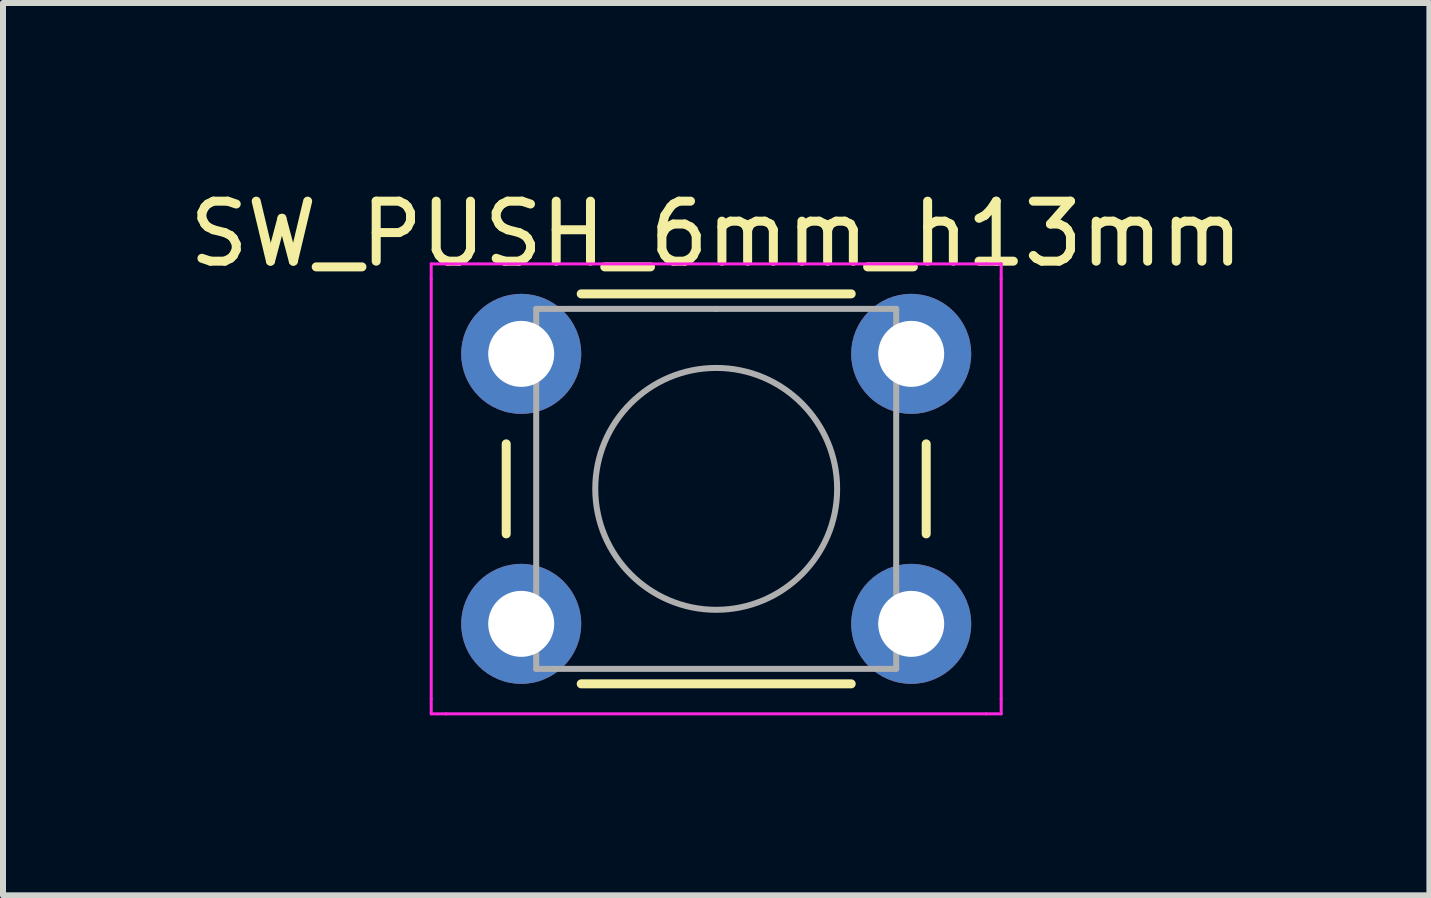
<source format=kicad_pcb>
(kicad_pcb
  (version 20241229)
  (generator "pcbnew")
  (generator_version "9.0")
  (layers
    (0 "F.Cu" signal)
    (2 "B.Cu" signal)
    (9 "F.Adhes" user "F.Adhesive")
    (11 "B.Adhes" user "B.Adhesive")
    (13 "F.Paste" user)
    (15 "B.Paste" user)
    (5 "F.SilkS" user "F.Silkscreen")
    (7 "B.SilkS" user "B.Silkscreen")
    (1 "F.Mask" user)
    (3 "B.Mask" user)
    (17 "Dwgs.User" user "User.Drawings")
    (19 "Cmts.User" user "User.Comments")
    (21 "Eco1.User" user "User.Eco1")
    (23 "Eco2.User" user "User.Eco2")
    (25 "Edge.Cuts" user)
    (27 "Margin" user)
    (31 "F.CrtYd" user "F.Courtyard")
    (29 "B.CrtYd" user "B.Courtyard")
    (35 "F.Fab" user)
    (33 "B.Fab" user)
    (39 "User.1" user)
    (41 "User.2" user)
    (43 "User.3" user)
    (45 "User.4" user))
  (footprint "SW_PUSH_6mm_h13mm"
    (layer "F.Cu")
    (at 5.637 2.848)
    (property "Reference" "SW_PUSH_6mm_h13mm" (at 3.25 -2 0) (layer "F.SilkS") (effects (font (size 1 1) (thickness 0.15))))
    (attr through_hole)
    (fp_line (start -0.25 1.5) (end -0.25 3) (stroke (width 0.15) (type solid)) (layer "F.SilkS"))
    (fp_line (start 1 5.5) (end 5.5 5.5) (stroke (width 0.15) (type solid)) (layer "F.SilkS"))
    (fp_line (start 5.5 -1) (end 1 -1) (stroke (width 0.15) (type solid)) (layer "F.SilkS"))
    (fp_line (start 6.75 3) (end 6.75 1.5) (stroke (width 0.15) (type solid)) (layer "F.SilkS"))
    (fp_line (start -1.5 -1.5) (end -1.25 -1.5) (stroke (width 0.05) (type solid)) (layer "F.CrtYd"))
    (fp_line (start -1.5 -1.25) (end -1.5 -1.5) (stroke (width 0.05) (type solid)) (layer "F.CrtYd"))
    (fp_line (start -1.5 5.75) (end -1.5 -1.25) (stroke (width 0.05) (type solid)) (layer "F.CrtYd"))
    (fp_line (start -1.5 5.75) (end -1.5 6) (stroke (width 0.05) (type solid)) (layer "F.CrtYd"))
    (fp_line (start -1.5 6) (end -1.25 6) (stroke (width 0.05) (type solid)) (layer "F.CrtYd"))
    (fp_line (start -1.25 -1.5) (end 7.75 -1.5) (stroke (width 0.05) (type solid)) (layer "F.CrtYd"))
    (fp_line (start 7.75 -1.5) (end 8 -1.5) (stroke (width 0.05) (type solid)) (layer "F.CrtYd"))
    (fp_line (start 7.75 6) (end -1.25 6) (stroke (width 0.05) (type solid)) (layer "F.CrtYd"))
    (fp_line (start 7.75 6) (end 8 6) (stroke (width 0.05) (type solid)) (layer "F.CrtYd"))
    (fp_line (start 8 -1.5) (end 8 -1.25) (stroke (width 0.05) (type solid)) (layer "F.CrtYd"))
    (fp_line (start 8 -1.25) (end 8 5.75) (stroke (width 0.05) (type solid)) (layer "F.CrtYd"))
    (fp_line (start 8 6) (end 8 5.75) (stroke (width 0.05) (type solid)) (layer "F.CrtYd"))
    (fp_line (start 0.25 -0.75) (end 3.25 -0.75) (stroke (width 0.1) (type solid)) (layer "F.Fab"))
    (fp_line (start 0.25 5.25) (end 0.25 -0.75) (stroke (width 0.1) (type solid)) (layer "F.Fab"))
    (fp_line (start 3.25 -0.75) (end 6.25 -0.75) (stroke (width 0.1) (type solid)) (layer "F.Fab"))
    (fp_line (start 6.25 -0.75) (end 6.25 5.25) (stroke (width 0.1) (type solid)) (layer "F.Fab"))
    (fp_line (start 6.25 5.25) (end 0.25 5.25) (stroke (width 0.1) (type solid)) (layer "F.Fab"))
    (fp_circle (center 3.25 2.25) (end 1.25 2.5) (stroke (width 0.1) (type solid)) (fill no) (layer "F.Fab"))
    (pad "1" thru_hole circle (at 0 0 90) (size 2 2) (drill 1.1) (layers "*.Cu" "*.Mask"))
    (pad "1" thru_hole circle (at 6.5 0 90) (size 2 2) (drill 1.1) (layers "*.Cu" "*.Mask"))
    (pad "2" thru_hole circle (at 0 4.5 90) (size 2 2) (drill 1.1) (layers "*.Cu" "*.Mask"))
    (pad "2" thru_hole circle (at 6.5 4.5 90) (size 2 2) (drill 1.1) (layers "*.Cu" "*.Mask")))
  (gr_rect
    (start -3 -3)
    (end 20.774 11.873)
    (stroke (width 0.1) (type default))
    (fill no)
    (layer "Edge.Cuts")))
</source>
